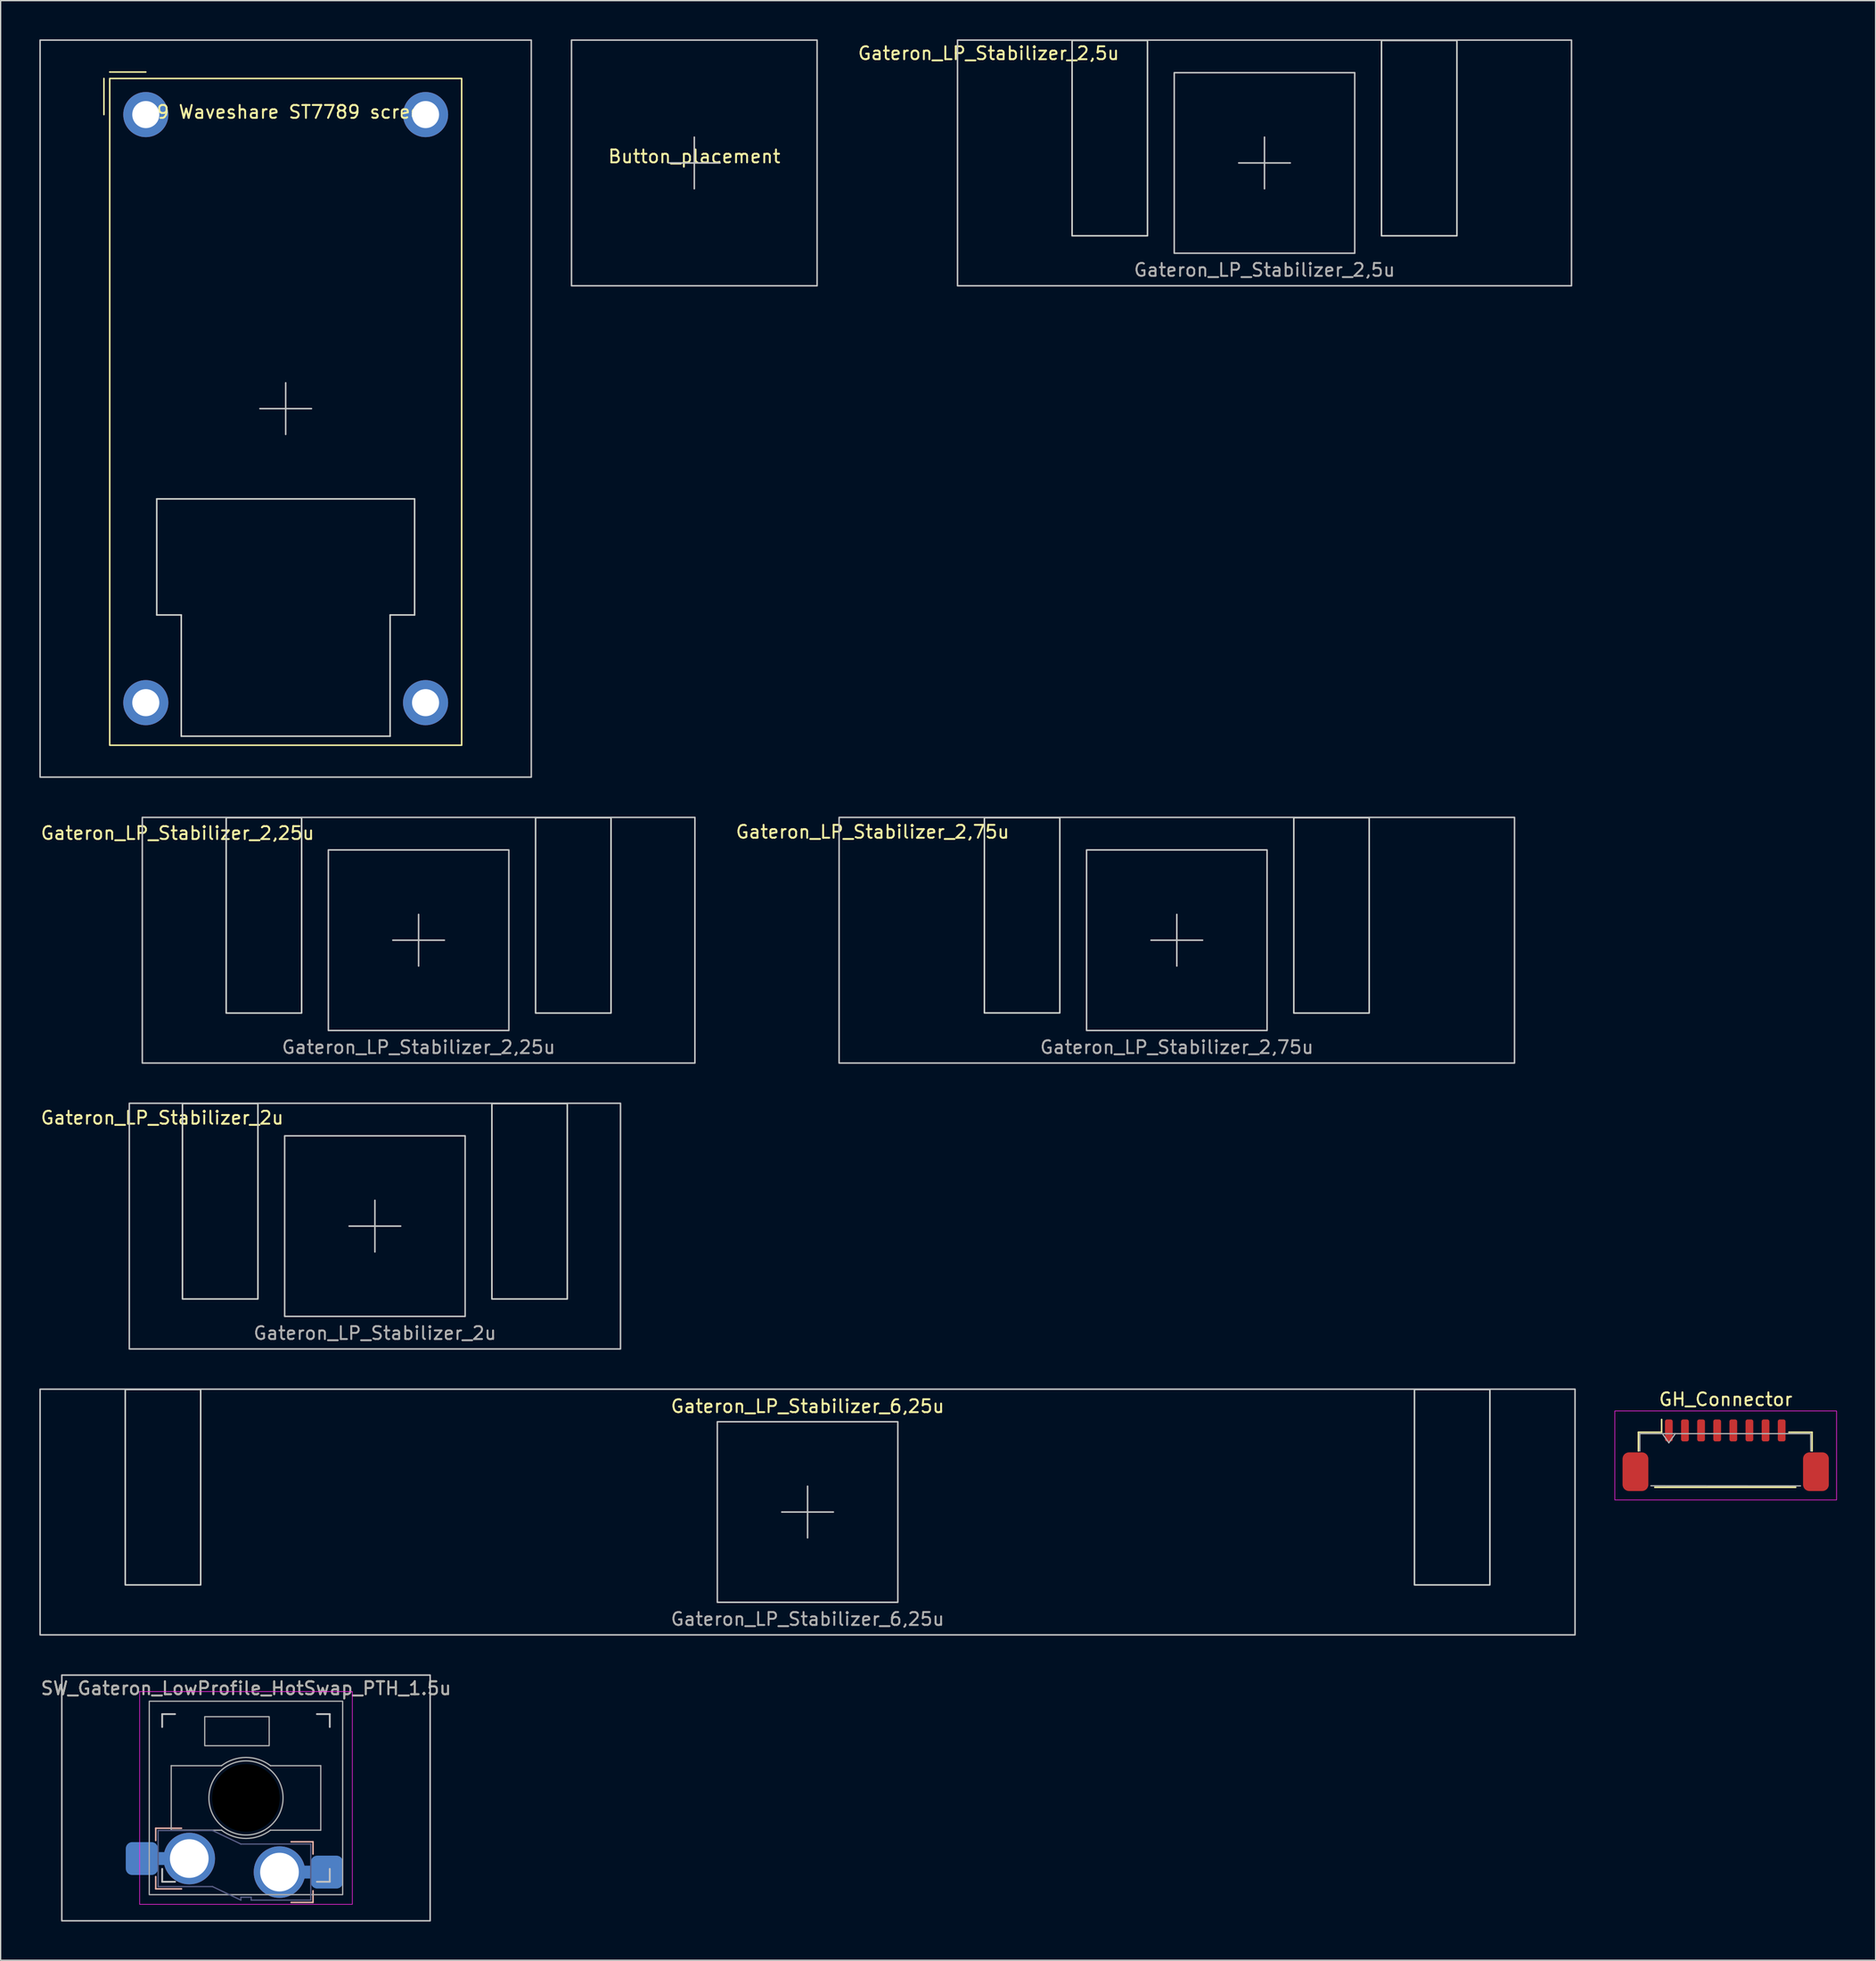
<source format=kicad_pcb>
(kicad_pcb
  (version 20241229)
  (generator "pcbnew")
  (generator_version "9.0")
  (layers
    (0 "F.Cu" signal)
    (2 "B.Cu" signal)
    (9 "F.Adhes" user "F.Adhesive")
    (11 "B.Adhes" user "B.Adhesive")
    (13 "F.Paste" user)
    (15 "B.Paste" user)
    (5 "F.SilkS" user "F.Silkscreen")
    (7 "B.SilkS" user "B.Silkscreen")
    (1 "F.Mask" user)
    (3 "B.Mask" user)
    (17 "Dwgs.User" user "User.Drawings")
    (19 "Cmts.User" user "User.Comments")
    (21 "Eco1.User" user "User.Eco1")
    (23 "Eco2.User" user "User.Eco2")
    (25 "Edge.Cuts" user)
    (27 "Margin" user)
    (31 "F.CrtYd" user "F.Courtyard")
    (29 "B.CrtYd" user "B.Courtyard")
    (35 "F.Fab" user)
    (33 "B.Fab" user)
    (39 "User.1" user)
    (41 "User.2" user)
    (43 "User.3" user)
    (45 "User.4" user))
  (footprint "Gateron_LP_Stabilizer_2u"
    (layer "F.Cu")
    (at 26.03 92.025)
    (property "Reference" "Gateron_LP_Stabilizer_2u" (at -16.5 -8.4 0) (unlocked yes) (layer "F.SilkS") (effects (font (size 1 1) (thickness 0.15))))
    (attr smd)
    (fp_line (start -2 0) (end 2 0) (stroke (width 0.12) (type default)) (layer "Dwgs.User"))
    (fp_line (start 0 -2) (end 0 2) (stroke (width 0.12) (type default)) (layer "Dwgs.User"))
    (fp_rect (start -19.05 -9.525) (end 19.05 9.525) (stroke (width 0.12) (type default)) (fill no) (layer "Dwgs.User"))
    (fp_rect (start -7 -7) (end 7 7) (stroke (width 0.12) (type default)) (fill no) (layer "Dwgs.User"))
    (fp_rect (start -14.925 -9.5) (end -9.075 5.65) (stroke (width 0.12) (type default)) (fill no) (layer "Edge.Cuts"))
    (fp_rect (start 9.075 -9.5) (end 14.925 5.65) (stroke (width 0.12) (type default)) (fill no) (layer "Edge.Cuts"))
    (fp_text user "${REFERENCE}" (at 0 8.3 0) (unlocked yes) (layer "F.Fab") (effects (font (size 1 1) (thickness 0.15)))))
  (footprint "Gateron_LP_Stabilizer_2,75u"
    (layer "F.Cu")
    (at 88.232 69.855)
    (property "Reference" "Gateron_LP_Stabilizer_2,75u" (at -23.6 -8.4 0) (unlocked yes) (layer "F.SilkS") (effects (font (size 1 1) (thickness 0.15))))
    (attr smd)
    (fp_line (start -2 0) (end 2 0) (stroke (width 0.12) (type default)) (layer "Dwgs.User"))
    (fp_line (start 0 -2) (end 0 2) (stroke (width 0.12) (type default)) (layer "Dwgs.User"))
    (fp_rect (start -26.194 -9.525) (end 26.194 9.525) (stroke (width 0.12) (type default)) (fill no) (layer "Dwgs.User"))
    (fp_rect (start -7 -7) (end 7 7) (stroke (width 0.12) (type default)) (fill no) (layer "Dwgs.User"))
    (fp_rect (start -14.925 -9.5) (end -9.075 5.64) (stroke (width 0.12) (type default)) (fill no) (layer "Edge.Cuts"))
    (fp_rect (start 9.075 -9.5) (end 14.925 5.65) (stroke (width 0.12) (type default)) (fill no) (layer "Edge.Cuts"))
    (fp_text user "${REFERENCE}" (at 0 8.3 0) (unlocked yes) (layer "F.Fab") (effects (font (size 1 1) (thickness 0.15)))))
  (footprint "Gateron_LP_Stabilizer_6,25u"
    (layer "F.Cu")
    (at 59.591 114.195)
    (property "Reference" "Gateron_LP_Stabilizer_6,25u" (at 0 -8.2 0) (unlocked yes) (layer "F.SilkS") (effects (font (size 1 1) (thickness 0.15))))
    (attr smd)
    (fp_line (start -2 0) (end 2 0) (stroke (width 0.12) (type default)) (layer "Dwgs.User"))
    (fp_line (start 0 -2) (end 0 2) (stroke (width 0.12) (type default)) (layer "Dwgs.User"))
    (fp_rect (start -59.531 -9.525) (end 59.531 9.525) (stroke (width 0.12) (type default)) (fill no) (layer "Dwgs.User"))
    (fp_rect (start -7 -7) (end 7 7) (stroke (width 0.12) (type default)) (fill no) (layer "Dwgs.User"))
    (fp_rect (start -52.925 -9.5) (end -47.075 5.65) (stroke (width 0.12) (type default)) (fill no) (layer "Edge.Cuts"))
    (fp_rect (start 47.075 -9.5) (end 52.925 5.65) (stroke (width 0.12) (type default)) (fill no) (layer "Edge.Cuts"))
    (fp_text user "${REFERENCE}" (at 0 8.3 0) (unlocked yes) (layer "F.Fab") (effects (font (size 1 1) (thickness 0.15)))))
  (footprint "Gateron_LP_Stabilizer_2,25u"
    (layer "F.Cu")
    (at 29.42 69.855)
    (property "Reference" "Gateron_LP_Stabilizer_2,25u" (at -18.7 -8.3 0) (unlocked yes) (layer "F.SilkS") (effects (font (size 1 1) (thickness 0.15))))
    (attr smd)
    (fp_line (start -2 0) (end 2 0) (stroke (width 0.12) (type default)) (layer "Dwgs.User"))
    (fp_line (start 0 -2) (end 0 2) (stroke (width 0.12) (type default)) (layer "Dwgs.User"))
    (fp_rect (start -21.431 -9.525) (end 21.431 9.525) (stroke (width 0.12) (type default)) (fill no) (layer "Dwgs.User"))
    (fp_rect (start -7 -7) (end 7 7) (stroke (width 0.12) (type default)) (fill no) (layer "Dwgs.User"))
    (fp_rect (start -14.925 -9.5) (end -9.075 5.65) (stroke (width 0.12) (type default)) (fill no) (layer "Edge.Cuts"))
    (fp_rect (start 9.075 -9.5) (end 14.925 5.65) (stroke (width 0.12) (type default)) (fill no) (layer "Edge.Cuts"))
    (fp_text user "${REFERENCE}" (at 0 8.3 0) (unlocked yes) (layer "F.Fab") (effects (font (size 1 1) (thickness 0.15)))))
  (footprint "GH_Connector"
    (layer "F.Cu")
    (at 130.808 109.458)
    (property "Reference" "GH_Connector" (at 0 -4 0) (unlocked yes) (layer "F.SilkS") (effects (font (size 1 1) (thickness 0.15))))
    (fp_line (start -6.77 -1.45) (end -4.97 -1.45) (stroke (width 0.12) (type solid)) (layer "F.SilkS"))
    (fp_line (start -6.77 0) (end -6.77 -1.45) (stroke (width 0.12) (type solid)) (layer "F.SilkS"))
    (fp_line (start -5.5 2.82) (end 5.43 2.82) (stroke (width 0.12) (type solid)) (layer "F.SilkS"))
    (fp_line (start -4.97 -1.45) (end -4.97 -2.44) (stroke (width 0.12) (type solid)) (layer "F.SilkS"))
    (fp_line (start 6.7 -1.45) (end 4.9 -1.45) (stroke (width 0.12) (type solid)) (layer "F.SilkS"))
    (fp_line (start 6.7 0) (end 6.7 -1.45) (stroke (width 0.12) (type solid)) (layer "F.SilkS"))
    (fp_rect (start -8.6 -3.1) (end 8.6 3.8) (stroke (width 0.05) (type default)) (fill no) (layer "F.CrtYd"))
    (fp_line (start -6.66 -1.34) (end -6.66 0) (stroke (width 0.1) (type solid)) (layer "F.Fab"))
    (fp_line (start -6.66 -1.34) (end 6.59 -1.34) (stroke (width 0.1) (type solid)) (layer "F.Fab"))
    (fp_line (start -5.8 2.7) (end 5.8 2.71) (stroke (width 0.1) (type solid)) (layer "F.Fab"))
    (fp_line (start -4.91 -1.34) (end -4.41 -0.633) (stroke (width 0.1) (type solid)) (layer "F.Fab"))
    (fp_line (start -4.41 -0.633) (end -3.91 -1.34) (stroke (width 0.1) (type solid)) (layer "F.Fab"))
    (fp_line (start 6.59 -1.34) (end 6.6 0) (stroke (width 0.1) (type solid)) (layer "F.Fab"))
    (pad "1" smd roundrect (at -4.41 -1.59) (size 0.6 1.7) (layers "F.Cu" "F.Mask" "F.Paste") (roundrect_rratio 0.25))
    (pad "2" smd roundrect (at -3.16 -1.59) (size 0.6 1.7) (layers "F.Cu" "F.Mask" "F.Paste") (roundrect_rratio 0.25))
    (pad "3" smd roundrect (at -1.91 -1.59) (size 0.6 1.7) (layers "F.Cu" "F.Mask" "F.Paste") (roundrect_rratio 0.25))
    (pad "4" smd roundrect (at -0.66 -1.59) (size 0.6 1.7) (layers "F.Cu" "F.Mask" "F.Paste") (roundrect_rratio 0.25))
    (pad "5" smd roundrect (at 0.59 -1.59) (size 0.6 1.7) (layers "F.Cu" "F.Mask" "F.Paste") (roundrect_rratio 0.25))
    (pad "6" smd roundrect (at 1.84 -1.59) (size 0.6 1.7) (layers "F.Cu" "F.Mask" "F.Paste") (roundrect_rratio 0.25))
    (pad "7" smd roundrect (at 3.09 -1.59) (size 0.6 1.7) (layers "F.Cu" "F.Mask" "F.Paste") (roundrect_rratio 0.25))
    (pad "8" smd roundrect (at 4.34 -1.59) (size 0.6 1.7) (layers "F.Cu" "F.Mask" "F.Paste") (roundrect_rratio 0.25))
    (pad "MP" smd roundrect (at -7 1.61) (size 2 3) (layers "F.Cu" "F.Mask" "F.Paste") (roundrect_rratio 0.25))
    (pad "MP" smd roundrect (at 7 1.61) (size 2 3) (layers "F.Cu" "F.Mask" "F.Paste") (roundrect_rratio 0.25)))
  (footprint "SW_Gateron_LowProfile_HotSwap_PTH_1.5u"
    (layer "F.Cu")
    (at 16.03 136.365)
    (property "Reference" "SW_Gateron_LowProfile_HotSwap_PTH_1.5u" (at 0 -8.5 0) (unlocked yes) (layer "F.SilkS") (effects (font (size 1 1) (thickness 0.15))))
    (attr through_hole)
    (fp_line (start -7 2.35) (end -7 3.3) (stroke (width 0.12) (type solid)) (layer "B.SilkS"))
    (fp_line (start -7 2.35) (end -5 2.35) (stroke (width 0.12) (type solid)) (layer "B.SilkS"))
    (fp_line (start -7 7.05) (end -7 6.1) (stroke (width 0.12) (type solid)) (layer "B.SilkS"))
    (fp_line (start -7 7.05) (end -5 7.05) (stroke (width 0.12) (type solid)) (layer "B.SilkS"))
    (fp_line (start 5.2 3.4) (end 3.5 3.4) (stroke (width 0.12) (type solid)) (layer "B.SilkS"))
    (fp_line (start 5.2 3.4) (end 5.2 4.35) (stroke (width 0.12) (type solid)) (layer "B.SilkS"))
    (fp_line (start 5.2 8.1) (end 3.5 8.1) (stroke (width 0.12) (type solid)) (layer "B.SilkS"))
    (fp_line (start 5.2 8.1) (end 5.2 7.2) (stroke (width 0.12) (type solid)) (layer "B.SilkS"))
    (fp_line (start -6.5 -5.5) (end -6.5 -6.5) (stroke (width 0.14) (type solid)) (layer "Dwgs.User"))
    (fp_line (start -6.5 6.5) (end -6.5 5.5) (stroke (width 0.14) (type solid)) (layer "Dwgs.User"))
    (fp_line (start -6.5 6.5) (end -5.5 6.5) (stroke (width 0.14) (type solid)) (layer "Dwgs.User"))
    (fp_line (start -5.5 -6.5) (end -6.5 -6.5) (stroke (width 0.14) (type solid)) (layer "Dwgs.User"))
    (fp_line (start 5.5 6.5) (end 6.5 6.5) (stroke (width 0.14) (type solid)) (layer "Dwgs.User"))
    (fp_line (start 6.5 -6.5) (end 5.5 -6.5) (stroke (width 0.14) (type solid)) (layer "Dwgs.User"))
    (fp_line (start 6.5 -6.5) (end 6.5 -5.5) (stroke (width 0.14) (type solid)) (layer "Dwgs.User"))
    (fp_line (start 6.5 5.5) (end 6.5 6.5) (stroke (width 0.14) (type solid)) (layer "Dwgs.User"))
    (fp_rect (start -14.287 -9.525) (end 14.287 9.525) (stroke (width 0.12) (type default)) (fill no) (layer "Dwgs.User"))
    (fp_rect (start 8.25 -8.25) (end -8.25 8.25) (stroke (width 0.05) (type solid)) (fill no) (layer "F.CrtYd"))
    (fp_line (start -6.815 2.525) (end -6.815 6.875) (stroke (width 0.1) (type solid)) (layer "B.Fab"))
    (fp_line (start -6.815 2.525) (end -2.595 2.525) (stroke (width 0.1) (type solid)) (layer "B.Fab"))
    (fp_line (start -6.815 6.875) (end -2.595 6.875) (stroke (width 0.1) (type solid)) (layer "B.Fab"))
    (fp_line (start -2.595 2.525) (end -0.395 3.575) (stroke (width 0.1) (type solid)) (layer "B.Fab"))
    (fp_line (start -2.595 6.875) (end -0.395 7.925) (stroke (width 0.1) (type solid)) (layer "B.Fab"))
    (fp_line (start -0.395 7.7) (end -0.395 7.925) (stroke (width 0.1) (type solid)) (layer "B.Fab"))
    (fp_line (start 0.405 7.7) (end -0.395 7.7) (stroke (width 0.1) (type solid)) (layer "B.Fab"))
    (fp_line (start 0.405 7.925) (end 0.405 7.7) (stroke (width 0.1) (type solid)) (layer "B.Fab"))
    (fp_line (start 5.025 3.575) (end -0.395 3.575) (stroke (width 0.1) (type solid)) (layer "B.Fab"))
    (fp_line (start 5.025 3.575) (end 5.025 7.925) (stroke (width 0.1) (type solid)) (layer "B.Fab"))
    (fp_line (start 5.025 7.925) (end 0.405 7.925) (stroke (width 0.1) (type solid)) (layer "B.Fab"))
    (fp_line (start -5.8 -2.5) (end -1.9 -2.5) (stroke (width 0.1) (type default)) (layer "F.Fab"))
    (fp_line (start -5.8 2.5) (end -5.8 -2.5) (stroke (width 0.1) (type default)) (layer "F.Fab"))
    (fp_line (start -1.9 2.5) (end -5.8 2.5) (stroke (width 0.1) (type default)) (layer "F.Fab"))
    (fp_line (start 1.9 -2.5) (end 5.8 -2.5) (stroke (width 0.1) (type default)) (layer "F.Fab"))
    (fp_line (start 5.8 -2.5) (end 5.8 2.5) (stroke (width 0.1) (type default)) (layer "F.Fab"))
    (fp_line (start 5.8 2.5) (end 1.9 2.5) (stroke (width 0.1) (type default)) (layer "F.Fab"))
    (fp_rect (start -3.2 -6.3) (end 1.8 -4.05) (stroke (width 0.1) (type default)) (fill no) (layer "F.Fab"))
    (fp_rect (start 7.5 -7.5) (end -7.5 7.5) (stroke (width 0.1) (type solid)) (fill no) (layer "F.Fab"))
    (fp_arc (start -1.9 -2.499999) (mid 0 -3.140063) (end 1.9 -2.499999) (stroke (width 0.1) (type default)) (layer "F.Fab"))
    (fp_arc (start 1.9 2.499999) (mid 0 3.140063) (end -1.9 2.499999) (stroke (width 0.1) (type default)) (layer "F.Fab"))
    (fp_circle (center 0 0) (end 2.875 0) (stroke (width 0.1) (type default)) (fill no) (layer "F.Fab"))
    (fp_poly (pts (xy -2.05 -0.64) (xy -0.6 -0.64) (xy -0.6 -2) (xy 0.5 -2) (xy 0.5 -0.64) (xy 1.95 -0.64) (xy 1.95 0.64) (xy 0.5 0.64) (xy 0.5 2) (xy -0.6 2) (xy -0.6 0.64) (xy -2.05 0.64)) (stroke (width 0.1) (type solid)) (fill no) (layer "F.Fab"))
    (fp_text user "${REFERENCE}" (at 0 -8.5 0) (unlocked yes) (layer "F.Fab") (effects (font (size 1 1) (thickness 0.15))))
    (pad "" np_thru_hole circle (at 0 0) (size 5.25 5.25) (drill 5.25) (layers "*.Mask"))
    (pad "1" smd roundrect (at -8.075 4.7) (size 2.5 2.55) (layers "B.Cu" "B.Mask" "B.Paste") (roundrect_rratio 0.2))
    (pad "1" smd rect (at -6.35 4.7) (size 3.9 1) (layers "B.Cu"))
    (pad "1" thru_hole circle (at -4.4 4.7) (size 4 4) (drill 3) (layers "*.Cu" "B.Mask"))
    (pad "2" thru_hole circle (at 2.6 5.75) (size 4 4) (drill 3) (layers "*.Cu" "B.Mask"))
    (pad "2" smd rect (at 4.475 5.75) (size 3.75 1) (layers "B.Cu"))
    (pad "2" smd roundrect (at 6.275 5.75) (size 2.5 2.55) (layers "B.Cu" "B.Mask" "B.Paste") (roundrect_rratio 0.2)))
  (footprint "Button_placement"
    (layer "F.Cu")
    (at 50.805 9.585)
    (property "Reference" "Button_placement" (at 0 -0.5 0) (unlocked yes) (layer "F.SilkS") (effects (font (size 1 1) (thickness 0.15))))
    (fp_line (start -2 0) (end 2 0) (stroke (width 0.12) (type default)) (layer "Dwgs.User"))
    (fp_line (start 0 2) (end 0 -2) (stroke (width 0.12) (type default)) (layer "Dwgs.User"))
    (fp_rect (start -9.525 -9.525) (end 9.525 9.525) (stroke (width 0.12) (type default)) (fill no) (layer "Dwgs.User")))
  (footprint "Gateron_LP_Stabilizer_2,5u"
    (layer "F.Cu")
    (at 95.034 9.585)
    (property "Reference" "Gateron_LP_Stabilizer_2,5u" (at -21.4 -8.5 0) (unlocked yes) (layer "F.SilkS") (effects (font (size 1 1) (thickness 0.15))))
    (attr smd)
    (fp_line (start -2 0) (end 2 0) (stroke (width 0.12) (type default)) (layer "Dwgs.User"))
    (fp_line (start 0 -2) (end 0 2) (stroke (width 0.12) (type default)) (layer "Dwgs.User"))
    (fp_rect (start -23.812 -9.525) (end 23.812 9.525) (stroke (width 0.12) (type default)) (fill no) (layer "Dwgs.User"))
    (fp_rect (start -7 -7) (end 7 7) (stroke (width 0.12) (type default)) (fill no) (layer "Dwgs.User"))
    (fp_rect (start -14.925 -9.5) (end -9.075 5.65) (stroke (width 0.12) (type default)) (fill no) (layer "Edge.Cuts"))
    (fp_rect (start 9.075 -9.5) (end 14.925 5.65) (stroke (width 0.12) (type default)) (fill no) (layer "Edge.Cuts"))
    (fp_text user "${REFERENCE}" (at 0 8.3 0) (unlocked yes) (layer "F.Fab") (effects (font (size 1 1) (thickness 0.15)))))
  (footprint "1.9 Waveshare ST7789 screen"
    (layer "F.Cu")
    (at 19.11 28.635)
    (property "Reference" "1.9 Waveshare ST7789 screen" (at 0 -23 0) (unlocked yes) (layer "F.SilkS") (effects (font (size 1 1) (thickness 0.15))))
    (fp_line (start -14.1 -25.6) (end -14.1 -22.8) (stroke (width 0.12) (type default)) (layer "F.SilkS"))
    (fp_line (start -13.65 -26.1) (end -10.85 -26.1) (stroke (width 0.12) (type default)) (layer "F.SilkS"))
    (fp_rect (start -13.65 -25.6) (end 13.65 26.1) (stroke (width 0.12) (type default)) (fill no) (layer "F.SilkS"))
    (fp_line (start -2 0) (end 2 0) (stroke (width 0.12) (type default)) (layer "Dwgs.User"))
    (fp_line (start 0 2) (end 0 -2) (stroke (width 0.12) (type default)) (layer "Dwgs.User"))
    (fp_rect (start -19.05 -28.575) (end 19.05 28.575) (stroke (width 0.12) (type default)) (fill no) (layer "Dwgs.User"))
    (fp_line (start -10 7) (end 10 7) (stroke (width 0.12) (type default)) (layer "Edge.Cuts"))
    (fp_line (start -10 16) (end -10 7) (stroke (width 0.12) (type default)) (layer "Edge.Cuts"))
    (fp_line (start -8.1 16) (end -10 16) (stroke (width 0.12) (type default)) (layer "Edge.Cuts"))
    (fp_line (start -8.1 25.4) (end -8.1 16) (stroke (width 0.12) (type default)) (layer "Edge.Cuts"))
    (fp_line (start 8.1 16) (end 8.1 25.4) (stroke (width 0.12) (type default)) (layer "Edge.Cuts"))
    (fp_line (start 8.1 25.4) (end -8.1 25.4) (stroke (width 0.12) (type default)) (layer "Edge.Cuts"))
    (fp_line (start 10 7) (end 10 16) (stroke (width 0.12) (type default)) (layer "Edge.Cuts"))
    (fp_line (start 10 16) (end 8.1 16) (stroke (width 0.12) (type default)) (layer "Edge.Cuts"))
    (pad "1" thru_hole circle (at 10.85 -22.8) (size 3.5 3.5) (drill 2.1) (layers "*.Cu" "*.Mask"))
    (pad "2" thru_hole circle (at -10.85 -22.8) (size 3.5 3.5) (drill 2.1) (layers "*.Cu" "*.Mask"))
    (pad "3" thru_hole circle (at -10.85 22.8) (size 3.5 3.5) (drill 2.1) (layers "*.Cu" "*.Mask"))
    (pad "4" thru_hole circle (at 10.85 22.8) (size 3.5 3.5) (drill 2.1) (layers "*.Cu" "*.Mask")))
  (gr_rect
    (start -3 -3)
    (end 142.433 148.95)
    (stroke (width 0.1) (type default))
    (fill no)
    (layer "Edge.Cuts")))
</source>
